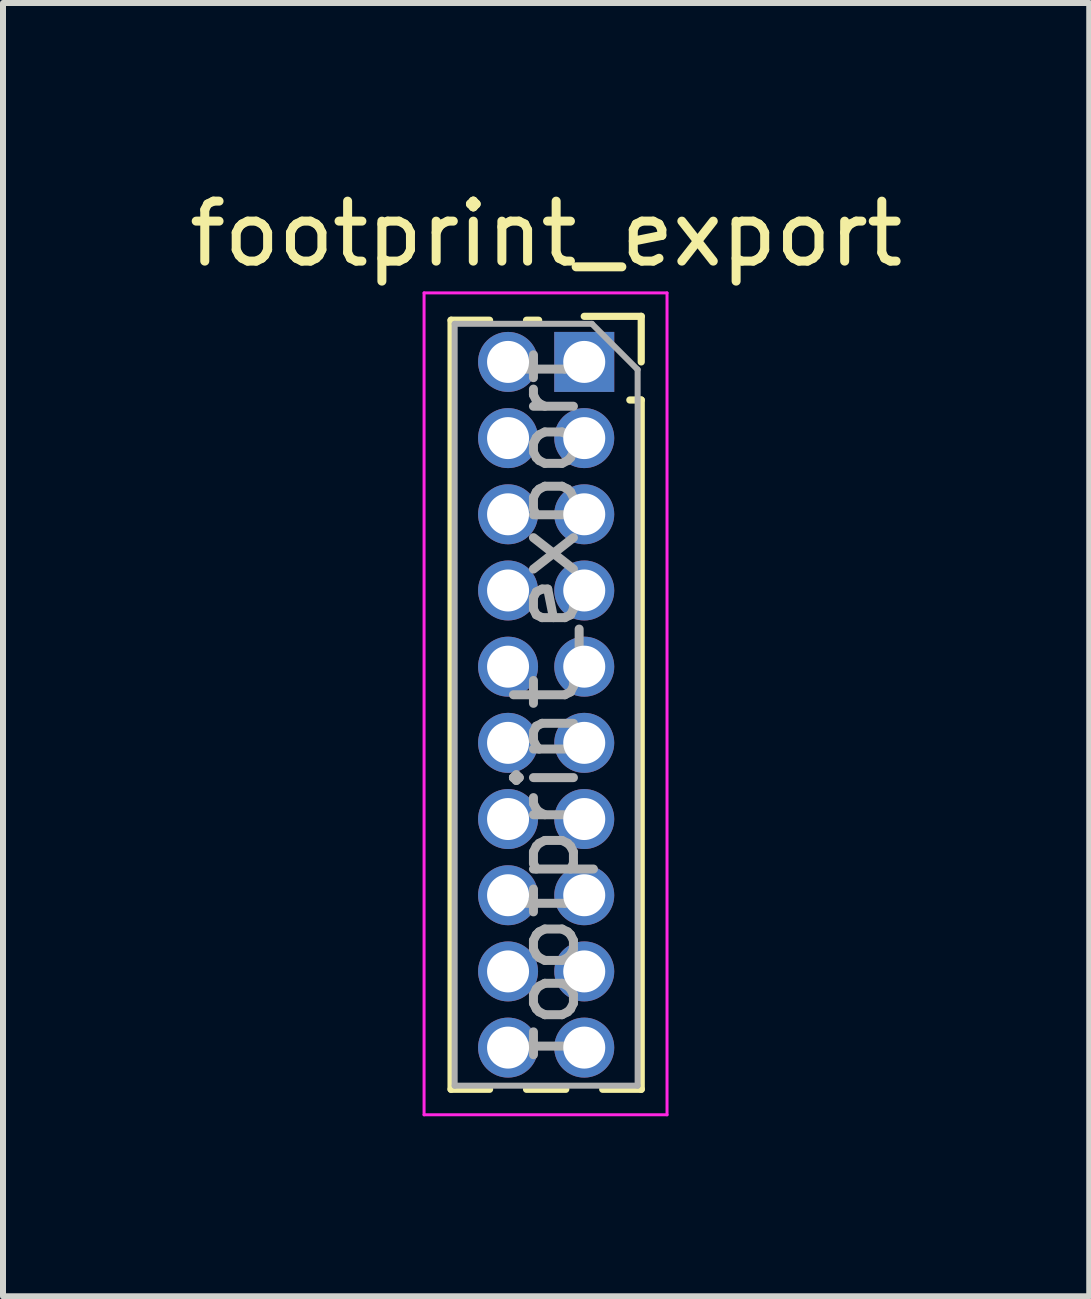
<source format=kicad_pcb>
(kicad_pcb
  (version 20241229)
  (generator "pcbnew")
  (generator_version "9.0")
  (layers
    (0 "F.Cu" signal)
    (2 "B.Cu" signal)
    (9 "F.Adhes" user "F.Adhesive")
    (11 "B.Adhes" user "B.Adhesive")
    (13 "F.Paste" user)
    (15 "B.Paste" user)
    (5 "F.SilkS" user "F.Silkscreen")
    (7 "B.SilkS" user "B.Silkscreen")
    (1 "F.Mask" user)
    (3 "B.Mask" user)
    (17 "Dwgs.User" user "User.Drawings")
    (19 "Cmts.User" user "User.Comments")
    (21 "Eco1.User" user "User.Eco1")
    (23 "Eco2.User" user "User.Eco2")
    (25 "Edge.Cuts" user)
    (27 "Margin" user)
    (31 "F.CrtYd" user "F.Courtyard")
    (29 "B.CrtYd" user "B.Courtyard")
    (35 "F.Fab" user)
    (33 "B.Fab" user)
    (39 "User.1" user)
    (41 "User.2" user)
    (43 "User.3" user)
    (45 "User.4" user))
  (footprint "footprint_export"
    (layer "F.Cu")
    (at 6.689 2.983)
    (property "Reference" "footprint_export" (at -0.635 -2.135 0) (layer "F.SilkS") (effects (font (size 1 1) (thickness 0.15))))
    (attr through_hole)
    (fp_line (start -2.22 -0.695) (end -2.22 12.125) (stroke (width 0.12) (type solid)) (layer "F.SilkS"))
    (fp_line (start -2.22 -0.695) (end -1.578 -0.695) (stroke (width 0.12) (type solid)) (layer "F.SilkS"))
    (fp_line (start -2.22 12.125) (end -1.578 12.125) (stroke (width 0.12) (type solid)) (layer "F.SilkS"))
    (fp_line (start -0.962 -0.695) (end -0.76 -0.695) (stroke (width 0.12) (type solid)) (layer "F.SilkS"))
    (fp_line (start -0.962 12.125) (end -0.308 12.125) (stroke (width 0.12) (type solid)) (layer "F.SilkS"))
    (fp_line (start 0 -0.76) (end 0.95 -0.76) (stroke (width 0.12) (type solid)) (layer "F.SilkS"))
    (fp_line (start 0.308 12.125) (end 0.95 12.125) (stroke (width 0.12) (type solid)) (layer "F.SilkS"))
    (fp_line (start 0.76 0.635) (end 0.95 0.635) (stroke (width 0.12) (type solid)) (layer "F.SilkS"))
    (fp_line (start 0.95 -0.76) (end 0.95 0) (stroke (width 0.12) (type solid)) (layer "F.SilkS"))
    (fp_line (start 0.95 0.635) (end 0.95 12.125) (stroke (width 0.12) (type solid)) (layer "F.SilkS"))
    (fp_line (start -2.67 -1.15) (end 1.38 -1.15) (stroke (width 0.05) (type solid)) (layer "F.CrtYd"))
    (fp_line (start -2.67 12.55) (end -2.67 -1.15) (stroke (width 0.05) (type solid)) (layer "F.CrtYd"))
    (fp_line (start 1.38 -1.15) (end 1.38 12.55) (stroke (width 0.05) (type solid)) (layer "F.CrtYd"))
    (fp_line (start 1.38 12.55) (end -2.67 12.55) (stroke (width 0.05) (type solid)) (layer "F.CrtYd"))
    (fp_line (start -2.16 -0.635) (end 0.128 -0.635) (stroke (width 0.1) (type solid)) (layer "F.Fab"))
    (fp_line (start -2.16 12.065) (end -2.16 -0.635) (stroke (width 0.1) (type solid)) (layer "F.Fab"))
    (fp_line (start 0.128 -0.635) (end 0.89 0.128) (stroke (width 0.1) (type solid)) (layer "F.Fab"))
    (fp_line (start 0.89 0.128) (end 0.89 12.065) (stroke (width 0.1) (type solid)) (layer "F.Fab"))
    (fp_line (start 0.89 12.065) (end -2.16 12.065) (stroke (width 0.1) (type solid)) (layer "F.Fab"))
    (fp_text user "${REFERENCE}" (at -0.635 5.715 90) (layer "F.Fab") (effects (font (size 1 1) (thickness 0.15))))
    (pad "1" thru_hole rect (at 0 0) (size 1 1) (drill 0.7) (layers "*.Cu" "*.Mask"))
    (pad "2" thru_hole oval (at -1.27 0) (size 1 1) (drill 0.7) (layers "*.Cu" "*.Mask"))
    (pad "3" thru_hole oval (at 0 1.27) (size 1 1) (drill 0.7) (layers "*.Cu" "*.Mask"))
    (pad "4" thru_hole oval (at -1.27 1.27) (size 1 1) (drill 0.7) (layers "*.Cu" "*.Mask"))
    (pad "5" thru_hole oval (at 0 2.54) (size 1 1) (drill 0.7) (layers "*.Cu" "*.Mask"))
    (pad "6" thru_hole oval (at -1.27 2.54) (size 1 1) (drill 0.7) (layers "*.Cu" "*.Mask"))
    (pad "7" thru_hole oval (at 0 3.81) (size 1 1) (drill 0.7) (layers "*.Cu" "*.Mask"))
    (pad "8" thru_hole oval (at -1.27 3.81) (size 1 1) (drill 0.7) (layers "*.Cu" "*.Mask"))
    (pad "9" thru_hole oval (at 0 5.08) (size 1 1) (drill 0.7) (layers "*.Cu" "*.Mask"))
    (pad "10" thru_hole oval (at -1.27 5.08) (size 1 1) (drill 0.7) (layers "*.Cu" "*.Mask"))
    (pad "11" thru_hole oval (at 0 6.35) (size 1 1) (drill 0.7) (layers "*.Cu" "*.Mask"))
    (pad "12" thru_hole oval (at -1.27 6.35) (size 1 1) (drill 0.7) (layers "*.Cu" "*.Mask"))
    (pad "13" thru_hole oval (at 0 7.62) (size 1 1) (drill 0.7) (layers "*.Cu" "*.Mask"))
    (pad "14" thru_hole oval (at -1.27 7.62) (size 1 1) (drill 0.7) (layers "*.Cu" "*.Mask"))
    (pad "15" thru_hole oval (at 0 8.89) (size 1 1) (drill 0.7) (layers "*.Cu" "*.Mask"))
    (pad "16" thru_hole oval (at -1.27 8.89) (size 1 1) (drill 0.7) (layers "*.Cu" "*.Mask"))
    (pad "17" thru_hole oval (at 0 10.16) (size 1 1) (drill 0.7) (layers "*.Cu" "*.Mask"))
    (pad "18" thru_hole oval (at -1.27 10.16) (size 1 1) (drill 0.7) (layers "*.Cu" "*.Mask"))
    (pad "19" thru_hole oval (at 0 11.43) (size 1 1) (drill 0.7) (layers "*.Cu" "*.Mask"))
    (pad "20" thru_hole oval (at -1.27 11.43) (size 1 1) (drill 0.7) (layers "*.Cu" "*.Mask")))
  (gr_rect
    (start -3 -3)
    (end 15.107 18.558)
    (stroke (width 0.1) (type default))
    (fill no)
    (layer "Edge.Cuts")))
</source>
